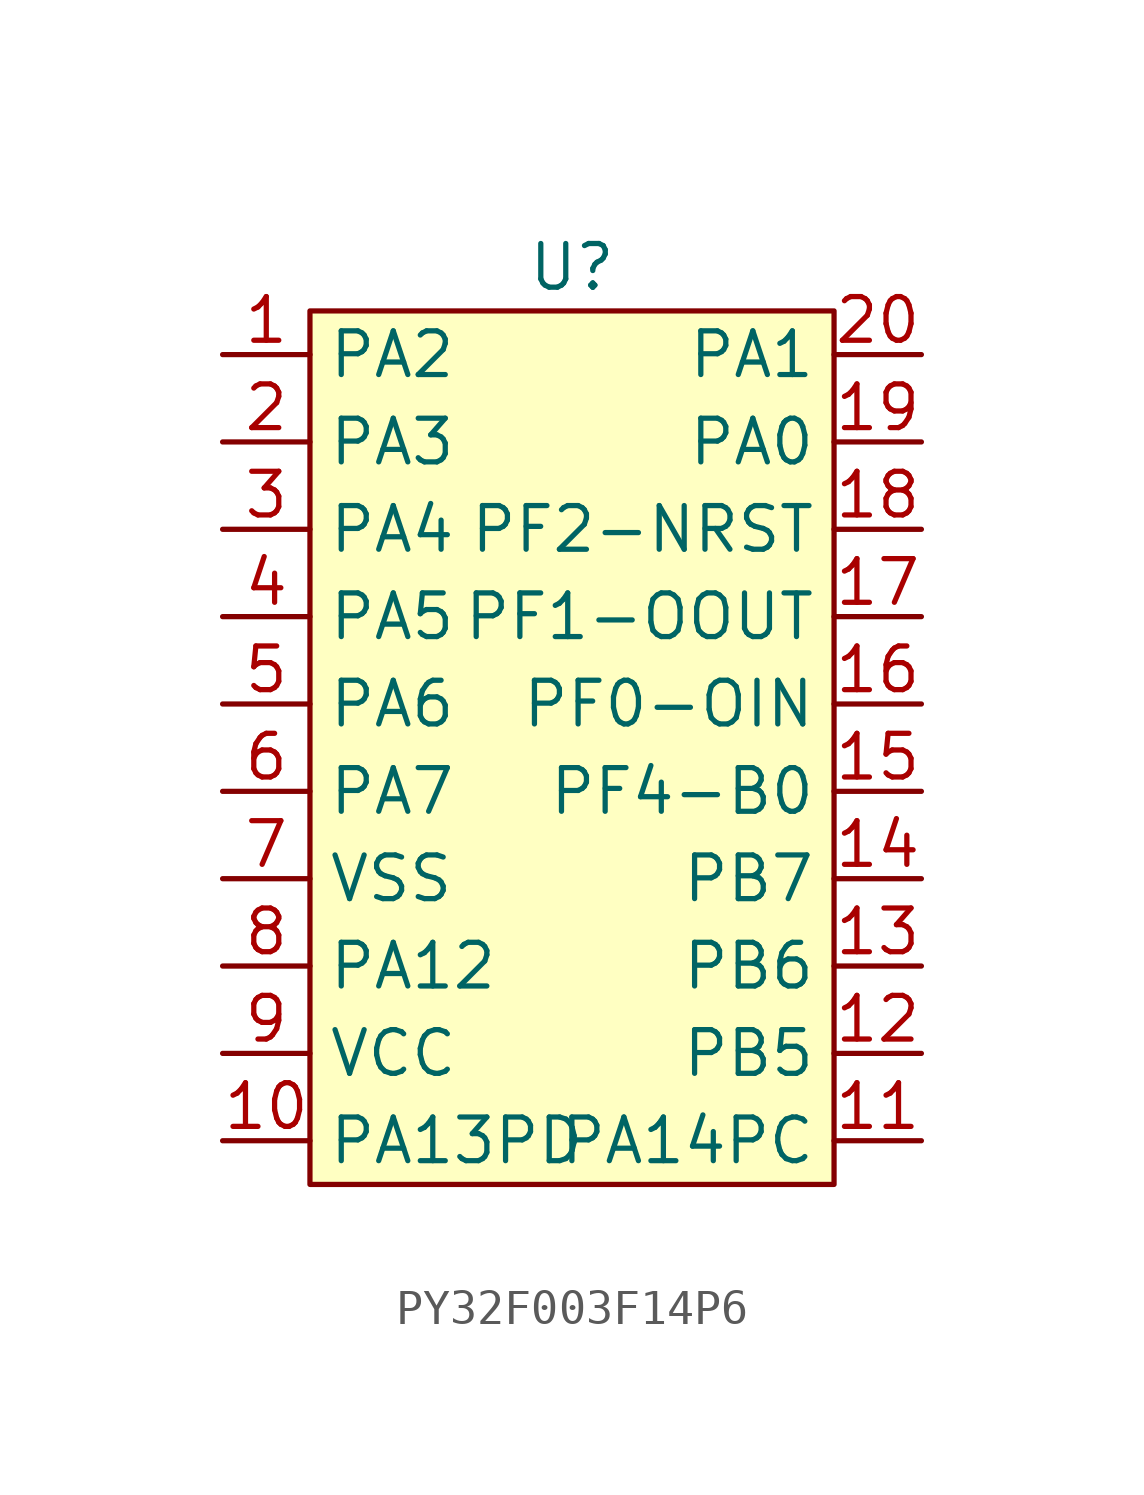
<source format=kicad_sym>
(kicad_symbol_lib
  (version 20211014)
  (generator kicad_symbol_editor)
  (symbol "PY32F003F14P6"
    (property "Reference" "U"
      (at 0 13.97 0)
      (effects (font (size 1.27 1.27))))
    (symbol "PY32F003F14P6_0_1"
      (rectangle (start -7.62 12.7) (end 7.62 -12.7) (stroke (width 0) (type default) (color 0 0 0 0)) (fill (type background))))
    (symbol "PY32F003F14P6_1_1"
      (pin bidirectional line (at -10.16 11.43 0) (length 2.54) (name "PA2" (effects (font (size 1.27 1.27)))) (number "1" (effects (font (size 1.27 1.27)))))
      (pin bidirectional line (at -10.16 -11.43 0) (length 2.54) (name "PA13PD" (effects (font (size 1.27 1.27)))) (number "10" (effects (font (size 1.27 1.27)))))
      (pin bidirectional line (at 10.16 -11.43 180) (length 2.54) (name "PA14PC" (effects (font (size 1.27 1.27)))) (number "11" (effects (font (size 1.27 1.27)))))
      (pin bidirectional line (at 10.16 -8.89 180) (length 2.54) (name "PB5" (effects (font (size 1.27 1.27)))) (number "12" (effects (font (size 1.27 1.27)))))
      (pin bidirectional line (at 10.16 -6.35 180) (length 2.54) (name "PB6" (effects (font (size 1.27 1.27)))) (number "13" (effects (font (size 1.27 1.27)))))
      (pin bidirectional line (at 10.16 -3.81 180) (length 2.54) (name "PB7" (effects (font (size 1.27 1.27)))) (number "14" (effects (font (size 1.27 1.27)))))
      (pin bidirectional line (at 10.16 -1.27 180) (length 2.54) (name "PF4-B0" (effects (font (size 1.27 1.27)))) (number "15" (effects (font (size 1.27 1.27)))))
      (pin bidirectional line (at 10.16 1.27 180) (length 2.54) (name "PF0-OIN" (effects (font (size 1.27 1.27)))) (number "16" (effects (font (size 1.27 1.27)))))
      (pin bidirectional line (at 10.16 3.81 180) (length 2.54) (name "PF1-OOUT" (effects (font (size 1.27 1.27)))) (number "17" (effects (font (size 1.27 1.27)))))
      (pin bidirectional line (at 10.16 6.35 180) (length 2.54) (name "PF2-NRST" (effects (font (size 1.27 1.27)))) (number "18" (effects (font (size 1.27 1.27)))))
      (pin bidirectional line (at 10.16 8.89 180) (length 2.54) (name "PA0" (effects (font (size 1.27 1.27)))) (number "19" (effects (font (size 1.27 1.27)))))
      (pin bidirectional line (at -10.16 8.89 0) (length 2.54) (name "PA3" (effects (font (size 1.27 1.27)))) (number "2" (effects (font (size 1.27 1.27)))))
      (pin bidirectional line (at 10.16 11.43 180) (length 2.54) (name "PA1" (effects (font (size 1.27 1.27)))) (number "20" (effects (font (size 1.27 1.27)))))
      (pin bidirectional line (at -10.16 6.35 0) (length 2.54) (name "PA4" (effects (font (size 1.27 1.27)))) (number "3" (effects (font (size 1.27 1.27)))))
      (pin bidirectional line (at -10.16 3.81 0) (length 2.54) (name "PA5" (effects (font (size 1.27 1.27)))) (number "4" (effects (font (size 1.27 1.27)))))
      (pin bidirectional line (at -10.16 1.27 0) (length 2.54) (name "PA6" (effects (font (size 1.27 1.27)))) (number "5" (effects (font (size 1.27 1.27)))))
      (pin bidirectional line (at -10.16 -1.27 0) (length 2.54) (name "PA7" (effects (font (size 1.27 1.27)))) (number "6" (effects (font (size 1.27 1.27)))))
      (pin bidirectional line (at -10.16 -3.81 0) (length 2.54) (name "VSS" (effects (font (size 1.27 1.27)))) (number "7" (effects (font (size 1.27 1.27)))))
      (pin bidirectional line (at -10.16 -6.35 0) (length 2.54) (name "PA12" (effects (font (size 1.27 1.27)))) (number "8" (effects (font (size 1.27 1.27)))))
      (pin bidirectional line (at -10.16 -8.89 0) (length 2.54) (name "VCC" (effects (font (size 1.27 1.27)))) (number "9" (effects (font (size 1.27 1.27))))))))
</source>
